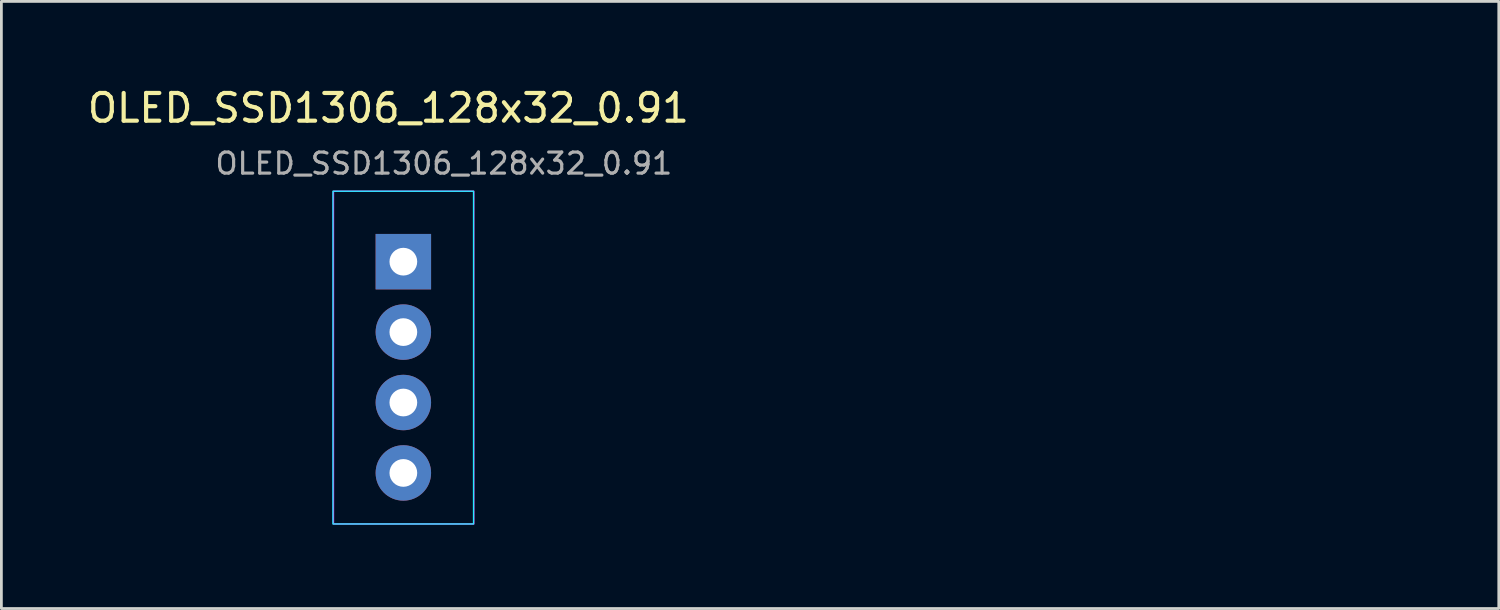
<source format=kicad_pcb>
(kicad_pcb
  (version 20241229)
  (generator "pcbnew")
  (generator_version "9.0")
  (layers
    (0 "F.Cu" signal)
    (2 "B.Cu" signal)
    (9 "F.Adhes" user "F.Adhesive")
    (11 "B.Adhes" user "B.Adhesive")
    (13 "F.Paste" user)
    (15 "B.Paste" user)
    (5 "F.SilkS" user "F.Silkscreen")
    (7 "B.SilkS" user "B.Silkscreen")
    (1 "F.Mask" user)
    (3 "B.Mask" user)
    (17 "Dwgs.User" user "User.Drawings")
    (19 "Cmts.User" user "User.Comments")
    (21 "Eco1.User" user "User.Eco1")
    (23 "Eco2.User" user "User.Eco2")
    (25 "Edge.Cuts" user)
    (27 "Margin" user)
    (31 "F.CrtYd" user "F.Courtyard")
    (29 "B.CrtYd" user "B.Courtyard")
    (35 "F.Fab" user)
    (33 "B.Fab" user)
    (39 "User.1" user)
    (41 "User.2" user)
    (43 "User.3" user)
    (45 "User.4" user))
  (footprint "OLED_SSD1306_128x32_0.91"
    (layer "F.Cu")
    (at 8.958 3.848)
    (property "Reference" "OLED_SSD1306_128x32_0.91" (at 2 -3 0) (layer "F.SilkS") (effects (font (size 1 1) (thickness 0.15))))
    (attr through_hole)
    (fp_rect (start 0 0) (end 5.072 12) (stroke (width 0.05) (type default)) (fill no) (layer "B.CrtYd"))
    (fp_rect (start 0.02 0) (end 5.08 12.001) (stroke (width 0.05) (type default)) (fill no) (layer "F.CrtYd"))
    (fp_rect (start 0 0) (end 39 12) (stroke (width 0.1) (type default)) (fill no) (layer "User.1"))
    (fp_rect (start 6.27 1) (end 33 9) (stroke (width 0.1) (type default)) (fill no) (layer "User.1"))
    (fp_text user "${REFERENCE}" (at 4 -1 180) (layer "F.Fab") (effects (font (size 0.76 0.76) (thickness 0.114))))
    (pad "1" thru_hole rect (at 2.54 2.54) (size 2 2) (drill oval 1) (layers "*.Cu" "*.Mask"))
    (pad "2" thru_hole oval (at 2.54 5.08) (size 2 2) (drill oval 1) (layers "*.Cu" "*.Mask"))
    (pad "3" thru_hole oval (at 2.54 7.62) (size 2 2) (drill oval 1) (layers "*.Cu" "*.Mask"))
    (pad "4" thru_hole oval (at 2.54 10.16) (size 2 2) (drill oval 1) (layers "*.Cu" "*.Mask")))
  (gr_rect
    (start -3 -3)
    (end 51.008 18.898)
    (stroke (width 0.1) (type default))
    (fill no)
    (layer "Edge.Cuts")))
</source>
